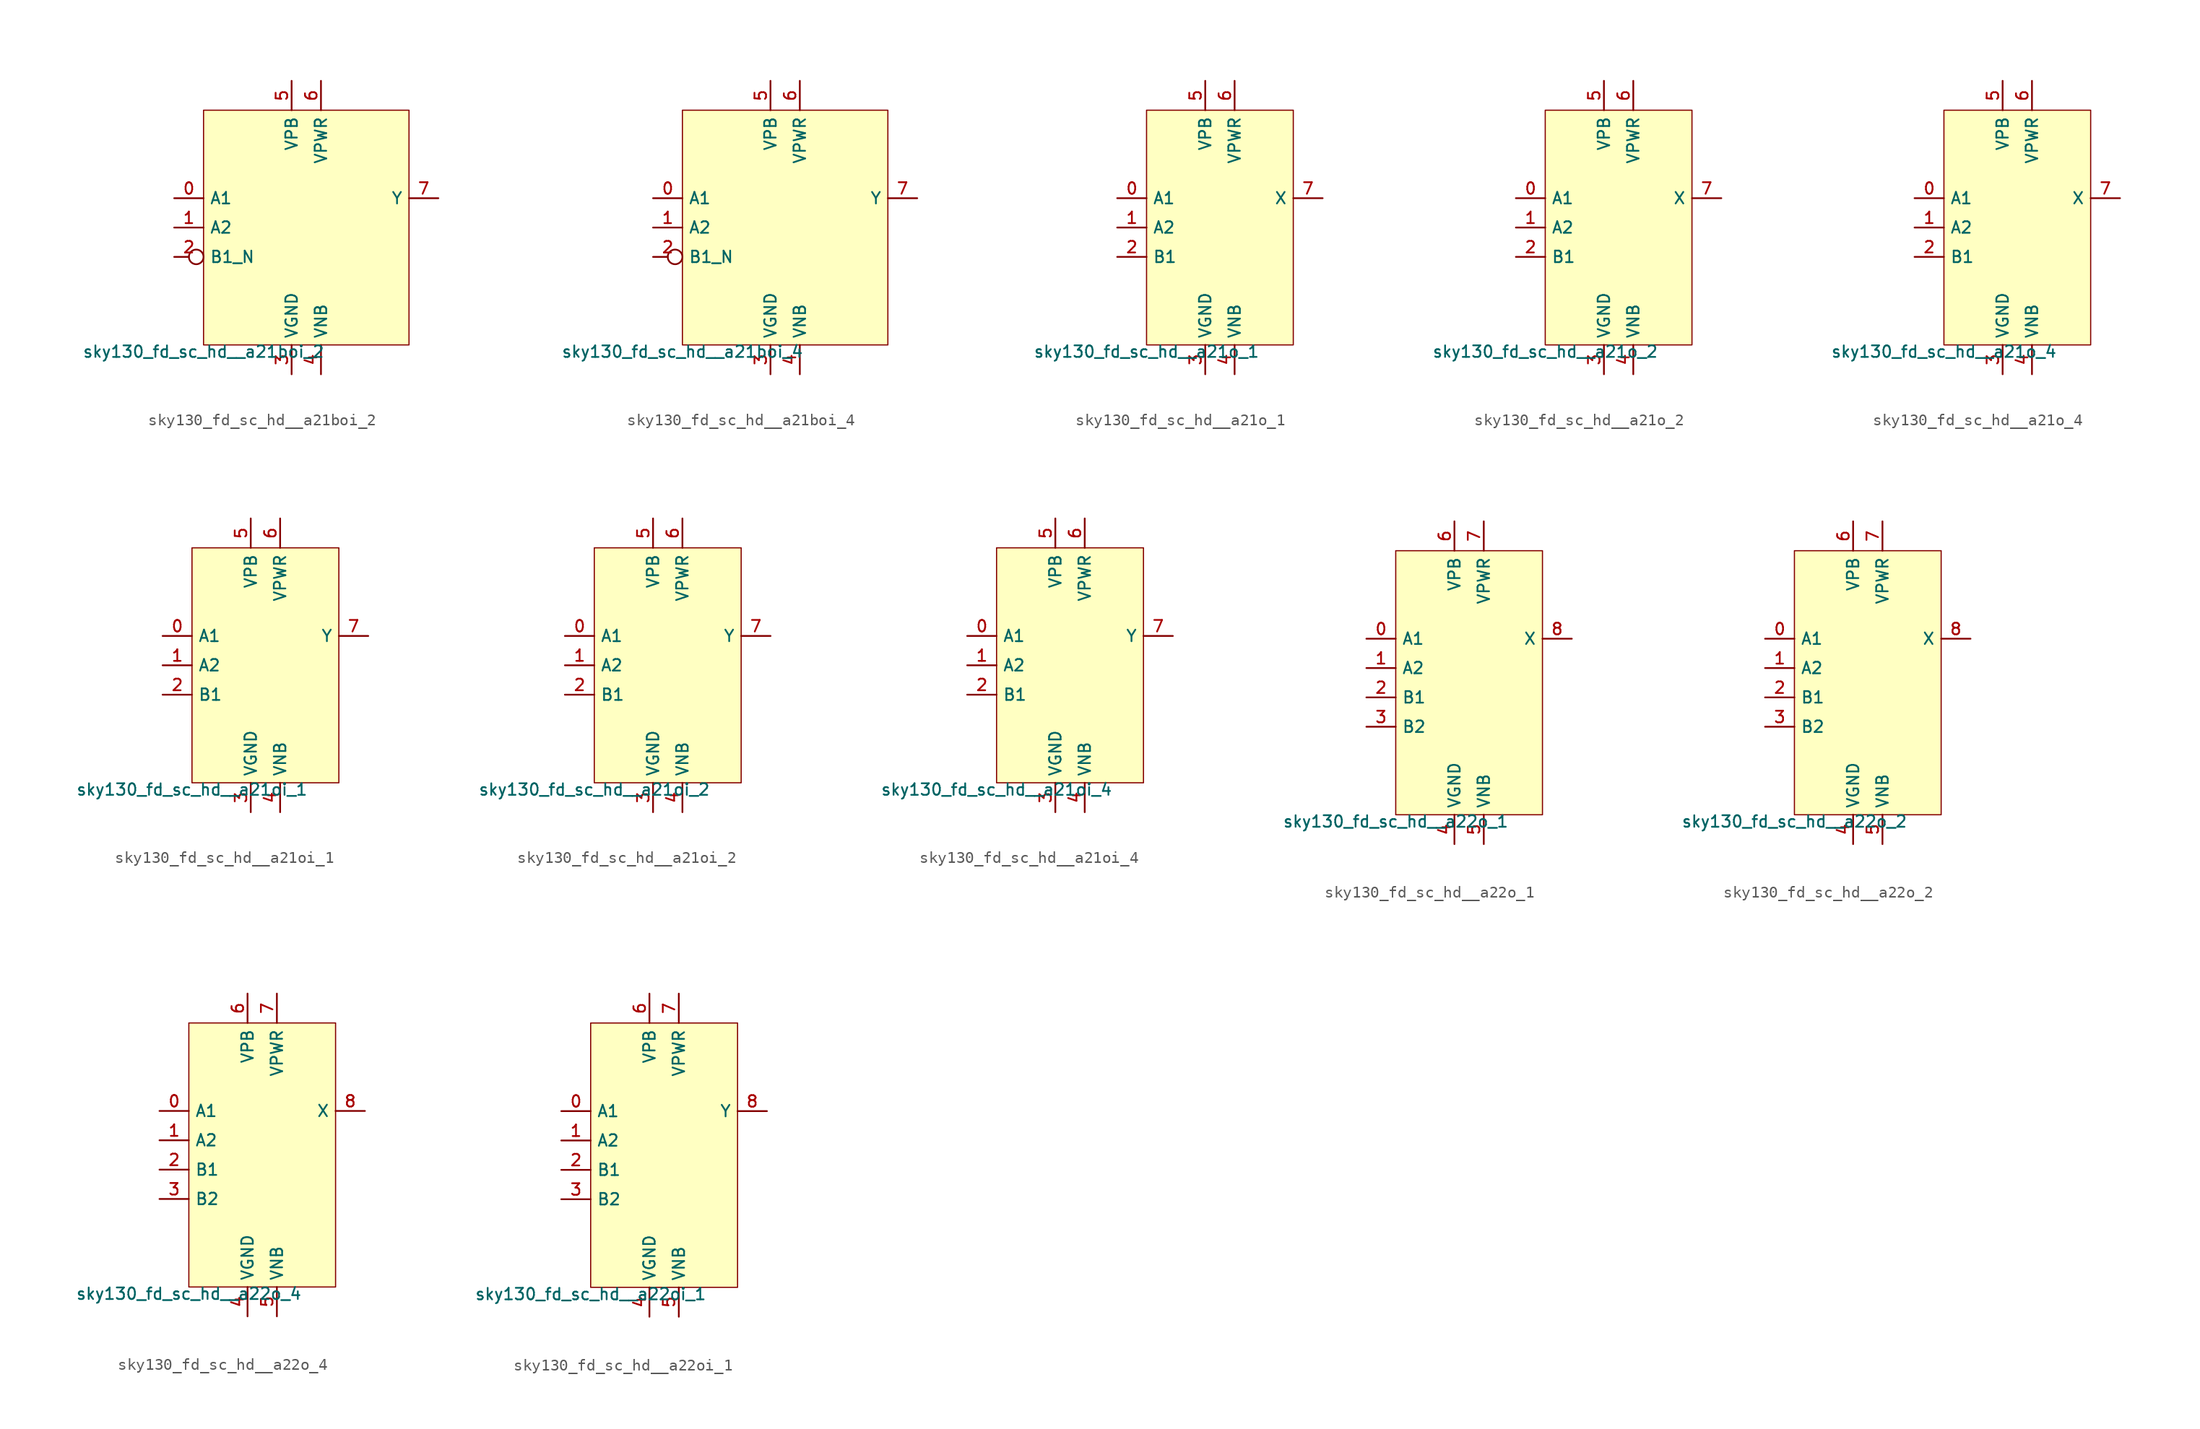
<source format=kicad_sym>
(kicad_symbol_lib
  (version 20211014)
  (generator lef2kicad_sym)
  (symbol "sky130_fd_sc_hd__a21boi_2"
    (property "Reference" "X"
      (at 0 0 0)
      (effects (font (size 1 1)) hide))
    (property "Value" "sky130_fd_sc_hd__a21boi_2"
      (at -8.89 -10.16 0)
      (effects (font (size 1 1)) (justify top)))
    (rectangle
      (start -8.89 -10.16)
      (end 8.89 10.16)
      (stroke (width 0.1) (type solid) (color 0 0 0 0))
      (fill (type background)))
    (pin input line
      (at -11.43 2.54 0)
      (length 2.54)
      (name "A1" (effects (font (size 1 1)) hide))
      (number "0" (effects (font (size 1 1)) hide)))
    (pin input line
      (at -11.43 0.0 0)
      (length 2.54)
      (name "A2" (effects (font (size 1 1)) hide))
      (number "1" (effects (font (size 1 1)) hide)))
    (pin input inverted
      (at -11.43 -2.54 0)
      (length 2.54)
      (name "B1_N" (effects (font (size 1 1)) hide))
      (number "2" (effects (font (size 1 1)) hide)))
    (pin power_in line
      (at -1.27 -12.7 90)
      (length 2.54)
      (name "VGND" (effects (font (size 1 1)) hide))
      (number "3" (effects (font (size 1 1)) hide)))
    (pin power_in line
      (at 1.27 -12.7 90)
      (length 2.54)
      (name "VNB" (effects (font (size 1 1)) hide))
      (number "4" (effects (font (size 1 1)) hide)))
    (pin power_in line
      (at -1.27 12.7 270)
      (length 2.54)
      (name "VPB" (effects (font (size 1 1)) hide))
      (number "5" (effects (font (size 1 1)) hide)))
    (pin power_in line
      (at 1.27 12.7 270)
      (length 2.54)
      (name "VPWR" (effects (font (size 1 1)) hide))
      (number "6" (effects (font (size 1 1)) hide)))
    (pin output line
      (at 11.43 2.54 180)
      (length 2.54)
      (name "Y" (effects (font (size 1 1)) hide))
      (number "7" (effects (font (size 1 1)) hide))))
  (symbol "sky130_fd_sc_hd__a21boi_4"
    (property "Reference" "X"
      (at 0 0 0)
      (effects (font (size 1 1)) hide))
    (property "Value" "sky130_fd_sc_hd__a21boi_4"
      (at -8.89 -10.16 0)
      (effects (font (size 1 1)) (justify top)))
    (rectangle
      (start -8.89 -10.16)
      (end 8.89 10.16)
      (stroke (width 0.1) (type solid) (color 0 0 0 0))
      (fill (type background)))
    (pin input line
      (at -11.43 2.54 0)
      (length 2.54)
      (name "A1" (effects (font (size 1 1)) hide))
      (number "0" (effects (font (size 1 1)) hide)))
    (pin input line
      (at -11.43 0.0 0)
      (length 2.54)
      (name "A2" (effects (font (size 1 1)) hide))
      (number "1" (effects (font (size 1 1)) hide)))
    (pin input inverted
      (at -11.43 -2.54 0)
      (length 2.54)
      (name "B1_N" (effects (font (size 1 1)) hide))
      (number "2" (effects (font (size 1 1)) hide)))
    (pin power_in line
      (at -1.27 -12.7 90)
      (length 2.54)
      (name "VGND" (effects (font (size 1 1)) hide))
      (number "3" (effects (font (size 1 1)) hide)))
    (pin power_in line
      (at 1.27 -12.7 90)
      (length 2.54)
      (name "VNB" (effects (font (size 1 1)) hide))
      (number "4" (effects (font (size 1 1)) hide)))
    (pin power_in line
      (at -1.27 12.7 270)
      (length 2.54)
      (name "VPB" (effects (font (size 1 1)) hide))
      (number "5" (effects (font (size 1 1)) hide)))
    (pin power_in line
      (at 1.27 12.7 270)
      (length 2.54)
      (name "VPWR" (effects (font (size 1 1)) hide))
      (number "6" (effects (font (size 1 1)) hide)))
    (pin output line
      (at 11.43 2.54 180)
      (length 2.54)
      (name "Y" (effects (font (size 1 1)) hide))
      (number "7" (effects (font (size 1 1)) hide))))
  (symbol "sky130_fd_sc_hd__a21o_1"
    (property "Reference" "X"
      (at 0 0 0)
      (effects (font (size 1 1)) hide))
    (property "Value" "sky130_fd_sc_hd__a21o_1"
      (at -6.35 -10.16 0)
      (effects (font (size 1 1)) (justify top)))
    (rectangle
      (start -6.35 -10.16)
      (end 6.35 10.16)
      (stroke (width 0.1) (type solid) (color 0 0 0 0))
      (fill (type background)))
    (pin input line
      (at -8.89 2.54 0)
      (length 2.54)
      (name "A1" (effects (font (size 1 1)) hide))
      (number "0" (effects (font (size 1 1)) hide)))
    (pin input line
      (at -8.89 0.0 0)
      (length 2.54)
      (name "A2" (effects (font (size 1 1)) hide))
      (number "1" (effects (font (size 1 1)) hide)))
    (pin input line
      (at -8.89 -2.54 0)
      (length 2.54)
      (name "B1" (effects (font (size 1 1)) hide))
      (number "2" (effects (font (size 1 1)) hide)))
    (pin power_in line
      (at -1.27 -12.7 90)
      (length 2.54)
      (name "VGND" (effects (font (size 1 1)) hide))
      (number "3" (effects (font (size 1 1)) hide)))
    (pin power_in line
      (at 1.27 -12.7 90)
      (length 2.54)
      (name "VNB" (effects (font (size 1 1)) hide))
      (number "4" (effects (font (size 1 1)) hide)))
    (pin power_in line
      (at -1.27 12.7 270)
      (length 2.54)
      (name "VPB" (effects (font (size 1 1)) hide))
      (number "5" (effects (font (size 1 1)) hide)))
    (pin power_in line
      (at 1.27 12.7 270)
      (length 2.54)
      (name "VPWR" (effects (font (size 1 1)) hide))
      (number "6" (effects (font (size 1 1)) hide)))
    (pin output line
      (at 8.89 2.54 180)
      (length 2.54)
      (name "X" (effects (font (size 1 1)) hide))
      (number "7" (effects (font (size 1 1)) hide))))
  (symbol "sky130_fd_sc_hd__a21o_2"
    (property "Reference" "X"
      (at 0 0 0)
      (effects (font (size 1 1)) hide))
    (property "Value" "sky130_fd_sc_hd__a21o_2"
      (at -6.35 -10.16 0)
      (effects (font (size 1 1)) (justify top)))
    (rectangle
      (start -6.35 -10.16)
      (end 6.35 10.16)
      (stroke (width 0.1) (type solid) (color 0 0 0 0))
      (fill (type background)))
    (pin input line
      (at -8.89 2.54 0)
      (length 2.54)
      (name "A1" (effects (font (size 1 1)) hide))
      (number "0" (effects (font (size 1 1)) hide)))
    (pin input line
      (at -8.89 0.0 0)
      (length 2.54)
      (name "A2" (effects (font (size 1 1)) hide))
      (number "1" (effects (font (size 1 1)) hide)))
    (pin input line
      (at -8.89 -2.54 0)
      (length 2.54)
      (name "B1" (effects (font (size 1 1)) hide))
      (number "2" (effects (font (size 1 1)) hide)))
    (pin power_in line
      (at -1.27 -12.7 90)
      (length 2.54)
      (name "VGND" (effects (font (size 1 1)) hide))
      (number "3" (effects (font (size 1 1)) hide)))
    (pin power_in line
      (at 1.27 -12.7 90)
      (length 2.54)
      (name "VNB" (effects (font (size 1 1)) hide))
      (number "4" (effects (font (size 1 1)) hide)))
    (pin power_in line
      (at -1.27 12.7 270)
      (length 2.54)
      (name "VPB" (effects (font (size 1 1)) hide))
      (number "5" (effects (font (size 1 1)) hide)))
    (pin power_in line
      (at 1.27 12.7 270)
      (length 2.54)
      (name "VPWR" (effects (font (size 1 1)) hide))
      (number "6" (effects (font (size 1 1)) hide)))
    (pin output line
      (at 8.89 2.54 180)
      (length 2.54)
      (name "X" (effects (font (size 1 1)) hide))
      (number "7" (effects (font (size 1 1)) hide))))
  (symbol "sky130_fd_sc_hd__a21o_4"
    (property "Reference" "X"
      (at 0 0 0)
      (effects (font (size 1 1)) hide))
    (property "Value" "sky130_fd_sc_hd__a21o_4"
      (at -6.35 -10.16 0)
      (effects (font (size 1 1)) (justify top)))
    (rectangle
      (start -6.35 -10.16)
      (end 6.35 10.16)
      (stroke (width 0.1) (type solid) (color 0 0 0 0))
      (fill (type background)))
    (pin input line
      (at -8.89 2.54 0)
      (length 2.54)
      (name "A1" (effects (font (size 1 1)) hide))
      (number "0" (effects (font (size 1 1)) hide)))
    (pin input line
      (at -8.89 0.0 0)
      (length 2.54)
      (name "A2" (effects (font (size 1 1)) hide))
      (number "1" (effects (font (size 1 1)) hide)))
    (pin input line
      (at -8.89 -2.54 0)
      (length 2.54)
      (name "B1" (effects (font (size 1 1)) hide))
      (number "2" (effects (font (size 1 1)) hide)))
    (pin power_in line
      (at -1.27 -12.7 90)
      (length 2.54)
      (name "VGND" (effects (font (size 1 1)) hide))
      (number "3" (effects (font (size 1 1)) hide)))
    (pin power_in line
      (at 1.27 -12.7 90)
      (length 2.54)
      (name "VNB" (effects (font (size 1 1)) hide))
      (number "4" (effects (font (size 1 1)) hide)))
    (pin power_in line
      (at -1.27 12.7 270)
      (length 2.54)
      (name "VPB" (effects (font (size 1 1)) hide))
      (number "5" (effects (font (size 1 1)) hide)))
    (pin power_in line
      (at 1.27 12.7 270)
      (length 2.54)
      (name "VPWR" (effects (font (size 1 1)) hide))
      (number "6" (effects (font (size 1 1)) hide)))
    (pin output line
      (at 8.89 2.54 180)
      (length 2.54)
      (name "X" (effects (font (size 1 1)) hide))
      (number "7" (effects (font (size 1 1)) hide))))
  (symbol "sky130_fd_sc_hd__a21oi_1"
    (property "Reference" "X"
      (at 0 0 0)
      (effects (font (size 1 1)) hide))
    (property "Value" "sky130_fd_sc_hd__a21oi_1"
      (at -6.35 -10.16 0)
      (effects (font (size 1 1)) (justify top)))
    (rectangle
      (start -6.35 -10.16)
      (end 6.35 10.16)
      (stroke (width 0.1) (type solid) (color 0 0 0 0))
      (fill (type background)))
    (pin input line
      (at -8.89 2.54 0)
      (length 2.54)
      (name "A1" (effects (font (size 1 1)) hide))
      (number "0" (effects (font (size 1 1)) hide)))
    (pin input line
      (at -8.89 0.0 0)
      (length 2.54)
      (name "A2" (effects (font (size 1 1)) hide))
      (number "1" (effects (font (size 1 1)) hide)))
    (pin input line
      (at -8.89 -2.54 0)
      (length 2.54)
      (name "B1" (effects (font (size 1 1)) hide))
      (number "2" (effects (font (size 1 1)) hide)))
    (pin power_in line
      (at -1.27 -12.7 90)
      (length 2.54)
      (name "VGND" (effects (font (size 1 1)) hide))
      (number "3" (effects (font (size 1 1)) hide)))
    (pin power_in line
      (at 1.27 -12.7 90)
      (length 2.54)
      (name "VNB" (effects (font (size 1 1)) hide))
      (number "4" (effects (font (size 1 1)) hide)))
    (pin power_in line
      (at -1.27 12.7 270)
      (length 2.54)
      (name "VPB" (effects (font (size 1 1)) hide))
      (number "5" (effects (font (size 1 1)) hide)))
    (pin power_in line
      (at 1.27 12.7 270)
      (length 2.54)
      (name "VPWR" (effects (font (size 1 1)) hide))
      (number "6" (effects (font (size 1 1)) hide)))
    (pin output line
      (at 8.89 2.54 180)
      (length 2.54)
      (name "Y" (effects (font (size 1 1)) hide))
      (number "7" (effects (font (size 1 1)) hide))))
  (symbol "sky130_fd_sc_hd__a21oi_2"
    (property "Reference" "X"
      (at 0 0 0)
      (effects (font (size 1 1)) hide))
    (property "Value" "sky130_fd_sc_hd__a21oi_2"
      (at -6.35 -10.16 0)
      (effects (font (size 1 1)) (justify top)))
    (rectangle
      (start -6.35 -10.16)
      (end 6.35 10.16)
      (stroke (width 0.1) (type solid) (color 0 0 0 0))
      (fill (type background)))
    (pin input line
      (at -8.89 2.54 0)
      (length 2.54)
      (name "A1" (effects (font (size 1 1)) hide))
      (number "0" (effects (font (size 1 1)) hide)))
    (pin input line
      (at -8.89 0.0 0)
      (length 2.54)
      (name "A2" (effects (font (size 1 1)) hide))
      (number "1" (effects (font (size 1 1)) hide)))
    (pin input line
      (at -8.89 -2.54 0)
      (length 2.54)
      (name "B1" (effects (font (size 1 1)) hide))
      (number "2" (effects (font (size 1 1)) hide)))
    (pin power_in line
      (at -1.27 -12.7 90)
      (length 2.54)
      (name "VGND" (effects (font (size 1 1)) hide))
      (number "3" (effects (font (size 1 1)) hide)))
    (pin power_in line
      (at 1.27 -12.7 90)
      (length 2.54)
      (name "VNB" (effects (font (size 1 1)) hide))
      (number "4" (effects (font (size 1 1)) hide)))
    (pin power_in line
      (at -1.27 12.7 270)
      (length 2.54)
      (name "VPB" (effects (font (size 1 1)) hide))
      (number "5" (effects (font (size 1 1)) hide)))
    (pin power_in line
      (at 1.27 12.7 270)
      (length 2.54)
      (name "VPWR" (effects (font (size 1 1)) hide))
      (number "6" (effects (font (size 1 1)) hide)))
    (pin output line
      (at 8.89 2.54 180)
      (length 2.54)
      (name "Y" (effects (font (size 1 1)) hide))
      (number "7" (effects (font (size 1 1)) hide))))
  (symbol "sky130_fd_sc_hd__a21oi_4"
    (property "Reference" "X"
      (at 0 0 0)
      (effects (font (size 1 1)) hide))
    (property "Value" "sky130_fd_sc_hd__a21oi_4"
      (at -6.35 -10.16 0)
      (effects (font (size 1 1)) (justify top)))
    (rectangle
      (start -6.35 -10.16)
      (end 6.35 10.16)
      (stroke (width 0.1) (type solid) (color 0 0 0 0))
      (fill (type background)))
    (pin input line
      (at -8.89 2.54 0)
      (length 2.54)
      (name "A1" (effects (font (size 1 1)) hide))
      (number "0" (effects (font (size 1 1)) hide)))
    (pin input line
      (at -8.89 0.0 0)
      (length 2.54)
      (name "A2" (effects (font (size 1 1)) hide))
      (number "1" (effects (font (size 1 1)) hide)))
    (pin input line
      (at -8.89 -2.54 0)
      (length 2.54)
      (name "B1" (effects (font (size 1 1)) hide))
      (number "2" (effects (font (size 1 1)) hide)))
    (pin power_in line
      (at -1.27 -12.7 90)
      (length 2.54)
      (name "VGND" (effects (font (size 1 1)) hide))
      (number "3" (effects (font (size 1 1)) hide)))
    (pin power_in line
      (at 1.27 -12.7 90)
      (length 2.54)
      (name "VNB" (effects (font (size 1 1)) hide))
      (number "4" (effects (font (size 1 1)) hide)))
    (pin power_in line
      (at -1.27 12.7 270)
      (length 2.54)
      (name "VPB" (effects (font (size 1 1)) hide))
      (number "5" (effects (font (size 1 1)) hide)))
    (pin power_in line
      (at 1.27 12.7 270)
      (length 2.54)
      (name "VPWR" (effects (font (size 1 1)) hide))
      (number "6" (effects (font (size 1 1)) hide)))
    (pin output line
      (at 8.89 2.54 180)
      (length 2.54)
      (name "Y" (effects (font (size 1 1)) hide))
      (number "7" (effects (font (size 1 1)) hide))))
  (symbol "sky130_fd_sc_hd__a22o_1"
    (property "Reference" "X"
      (at 0 0 0)
      (effects (font (size 1 1)) hide))
    (property "Value" "sky130_fd_sc_hd__a22o_1"
      (at -6.35 -11.43 0)
      (effects (font (size 1 1)) (justify top)))
    (rectangle
      (start -6.35 -11.43)
      (end 6.35 11.43)
      (stroke (width 0.1) (type solid) (color 0 0 0 0))
      (fill (type background)))
    (pin input line
      (at -8.89 3.81 0)
      (length 2.54)
      (name "A1" (effects (font (size 1 1)) hide))
      (number "0" (effects (font (size 1 1)) hide)))
    (pin input line
      (at -8.89 1.27 0)
      (length 2.54)
      (name "A2" (effects (font (size 1 1)) hide))
      (number "1" (effects (font (size 1 1)) hide)))
    (pin input line
      (at -8.89 -1.27 0)
      (length 2.54)
      (name "B1" (effects (font (size 1 1)) hide))
      (number "2" (effects (font (size 1 1)) hide)))
    (pin input line
      (at -8.89 -3.81 0)
      (length 2.54)
      (name "B2" (effects (font (size 1 1)) hide))
      (number "3" (effects (font (size 1 1)) hide)))
    (pin power_in line
      (at -1.27 -13.97 90)
      (length 2.54)
      (name "VGND" (effects (font (size 1 1)) hide))
      (number "4" (effects (font (size 1 1)) hide)))
    (pin power_in line
      (at 1.27 -13.97 90)
      (length 2.54)
      (name "VNB" (effects (font (size 1 1)) hide))
      (number "5" (effects (font (size 1 1)) hide)))
    (pin power_in line
      (at -1.27 13.97 270)
      (length 2.54)
      (name "VPB" (effects (font (size 1 1)) hide))
      (number "6" (effects (font (size 1 1)) hide)))
    (pin power_in line
      (at 1.27 13.97 270)
      (length 2.54)
      (name "VPWR" (effects (font (size 1 1)) hide))
      (number "7" (effects (font (size 1 1)) hide)))
    (pin output line
      (at 8.89 3.81 180)
      (length 2.54)
      (name "X" (effects (font (size 1 1)) hide))
      (number "8" (effects (font (size 1 1)) hide))))
  (symbol "sky130_fd_sc_hd__a22o_2"
    (property "Reference" "X"
      (at 0 0 0)
      (effects (font (size 1 1)) hide))
    (property "Value" "sky130_fd_sc_hd__a22o_2"
      (at -6.35 -11.43 0)
      (effects (font (size 1 1)) (justify top)))
    (rectangle
      (start -6.35 -11.43)
      (end 6.35 11.43)
      (stroke (width 0.1) (type solid) (color 0 0 0 0))
      (fill (type background)))
    (pin input line
      (at -8.89 3.81 0)
      (length 2.54)
      (name "A1" (effects (font (size 1 1)) hide))
      (number "0" (effects (font (size 1 1)) hide)))
    (pin input line
      (at -8.89 1.27 0)
      (length 2.54)
      (name "A2" (effects (font (size 1 1)) hide))
      (number "1" (effects (font (size 1 1)) hide)))
    (pin input line
      (at -8.89 -1.27 0)
      (length 2.54)
      (name "B1" (effects (font (size 1 1)) hide))
      (number "2" (effects (font (size 1 1)) hide)))
    (pin input line
      (at -8.89 -3.81 0)
      (length 2.54)
      (name "B2" (effects (font (size 1 1)) hide))
      (number "3" (effects (font (size 1 1)) hide)))
    (pin power_in line
      (at -1.27 -13.97 90)
      (length 2.54)
      (name "VGND" (effects (font (size 1 1)) hide))
      (number "4" (effects (font (size 1 1)) hide)))
    (pin power_in line
      (at 1.27 -13.97 90)
      (length 2.54)
      (name "VNB" (effects (font (size 1 1)) hide))
      (number "5" (effects (font (size 1 1)) hide)))
    (pin power_in line
      (at -1.27 13.97 270)
      (length 2.54)
      (name "VPB" (effects (font (size 1 1)) hide))
      (number "6" (effects (font (size 1 1)) hide)))
    (pin power_in line
      (at 1.27 13.97 270)
      (length 2.54)
      (name "VPWR" (effects (font (size 1 1)) hide))
      (number "7" (effects (font (size 1 1)) hide)))
    (pin output line
      (at 8.89 3.81 180)
      (length 2.54)
      (name "X" (effects (font (size 1 1)) hide))
      (number "8" (effects (font (size 1 1)) hide))))
  (symbol "sky130_fd_sc_hd__a22o_4"
    (property "Reference" "X"
      (at 0 0 0)
      (effects (font (size 1 1)) hide))
    (property "Value" "sky130_fd_sc_hd__a22o_4"
      (at -6.35 -11.43 0)
      (effects (font (size 1 1)) (justify top)))
    (rectangle
      (start -6.35 -11.43)
      (end 6.35 11.43)
      (stroke (width 0.1) (type solid) (color 0 0 0 0))
      (fill (type background)))
    (pin input line
      (at -8.89 3.81 0)
      (length 2.54)
      (name "A1" (effects (font (size 1 1)) hide))
      (number "0" (effects (font (size 1 1)) hide)))
    (pin input line
      (at -8.89 1.27 0)
      (length 2.54)
      (name "A2" (effects (font (size 1 1)) hide))
      (number "1" (effects (font (size 1 1)) hide)))
    (pin input line
      (at -8.89 -1.27 0)
      (length 2.54)
      (name "B1" (effects (font (size 1 1)) hide))
      (number "2" (effects (font (size 1 1)) hide)))
    (pin input line
      (at -8.89 -3.81 0)
      (length 2.54)
      (name "B2" (effects (font (size 1 1)) hide))
      (number "3" (effects (font (size 1 1)) hide)))
    (pin power_in line
      (at -1.27 -13.97 90)
      (length 2.54)
      (name "VGND" (effects (font (size 1 1)) hide))
      (number "4" (effects (font (size 1 1)) hide)))
    (pin power_in line
      (at 1.27 -13.97 90)
      (length 2.54)
      (name "VNB" (effects (font (size 1 1)) hide))
      (number "5" (effects (font (size 1 1)) hide)))
    (pin power_in line
      (at -1.27 13.97 270)
      (length 2.54)
      (name "VPB" (effects (font (size 1 1)) hide))
      (number "6" (effects (font (size 1 1)) hide)))
    (pin power_in line
      (at 1.27 13.97 270)
      (length 2.54)
      (name "VPWR" (effects (font (size 1 1)) hide))
      (number "7" (effects (font (size 1 1)) hide)))
    (pin output line
      (at 8.89 3.81 180)
      (length 2.54)
      (name "X" (effects (font (size 1 1)) hide))
      (number "8" (effects (font (size 1 1)) hide))))
  (symbol "sky130_fd_sc_hd__a22oi_1"
    (property "Reference" "X"
      (at 0 0 0)
      (effects (font (size 1 1)) hide))
    (property "Value" "sky130_fd_sc_hd__a22oi_1"
      (at -6.35 -11.43 0)
      (effects (font (size 1 1)) (justify top)))
    (rectangle
      (start -6.35 -11.43)
      (end 6.35 11.43)
      (stroke (width 0.1) (type solid) (color 0 0 0 0))
      (fill (type background)))
    (pin input line
      (at -8.89 3.81 0)
      (length 2.54)
      (name "A1" (effects (font (size 1 1)) hide))
      (number "0" (effects (font (size 1 1)) hide)))
    (pin input line
      (at -8.89 1.27 0)
      (length 2.54)
      (name "A2" (effects (font (size 1 1)) hide))
      (number "1" (effects (font (size 1 1)) hide)))
    (pin input line
      (at -8.89 -1.27 0)
      (length 2.54)
      (name "B1" (effects (font (size 1 1)) hide))
      (number "2" (effects (font (size 1 1)) hide)))
    (pin input line
      (at -8.89 -3.81 0)
      (length 2.54)
      (name "B2" (effects (font (size 1 1)) hide))
      (number "3" (effects (font (size 1 1)) hide)))
    (pin power_in line
      (at -1.27 -13.97 90)
      (length 2.54)
      (name "VGND" (effects (font (size 1 1)) hide))
      (number "4" (effects (font (size 1 1)) hide)))
    (pin power_in line
      (at 1.27 -13.97 90)
      (length 2.54)
      (name "VNB" (effects (font (size 1 1)) hide))
      (number "5" (effects (font (size 1 1)) hide)))
    (pin power_in line
      (at -1.27 13.97 270)
      (length 2.54)
      (name "VPB" (effects (font (size 1 1)) hide))
      (number "6" (effects (font (size 1 1)) hide)))
    (pin power_in line
      (at 1.27 13.97 270)
      (length 2.54)
      (name "VPWR" (effects (font (size 1 1)) hide))
      (number "7" (effects (font (size 1 1)) hide)))
    (pin output line
      (at 8.89 3.81 180)
      (length 2.54)
      (name "Y" (effects (font (size 1 1)) hide))
      (number "8" (effects (font (size 1 1)) hide)))))
</source>
